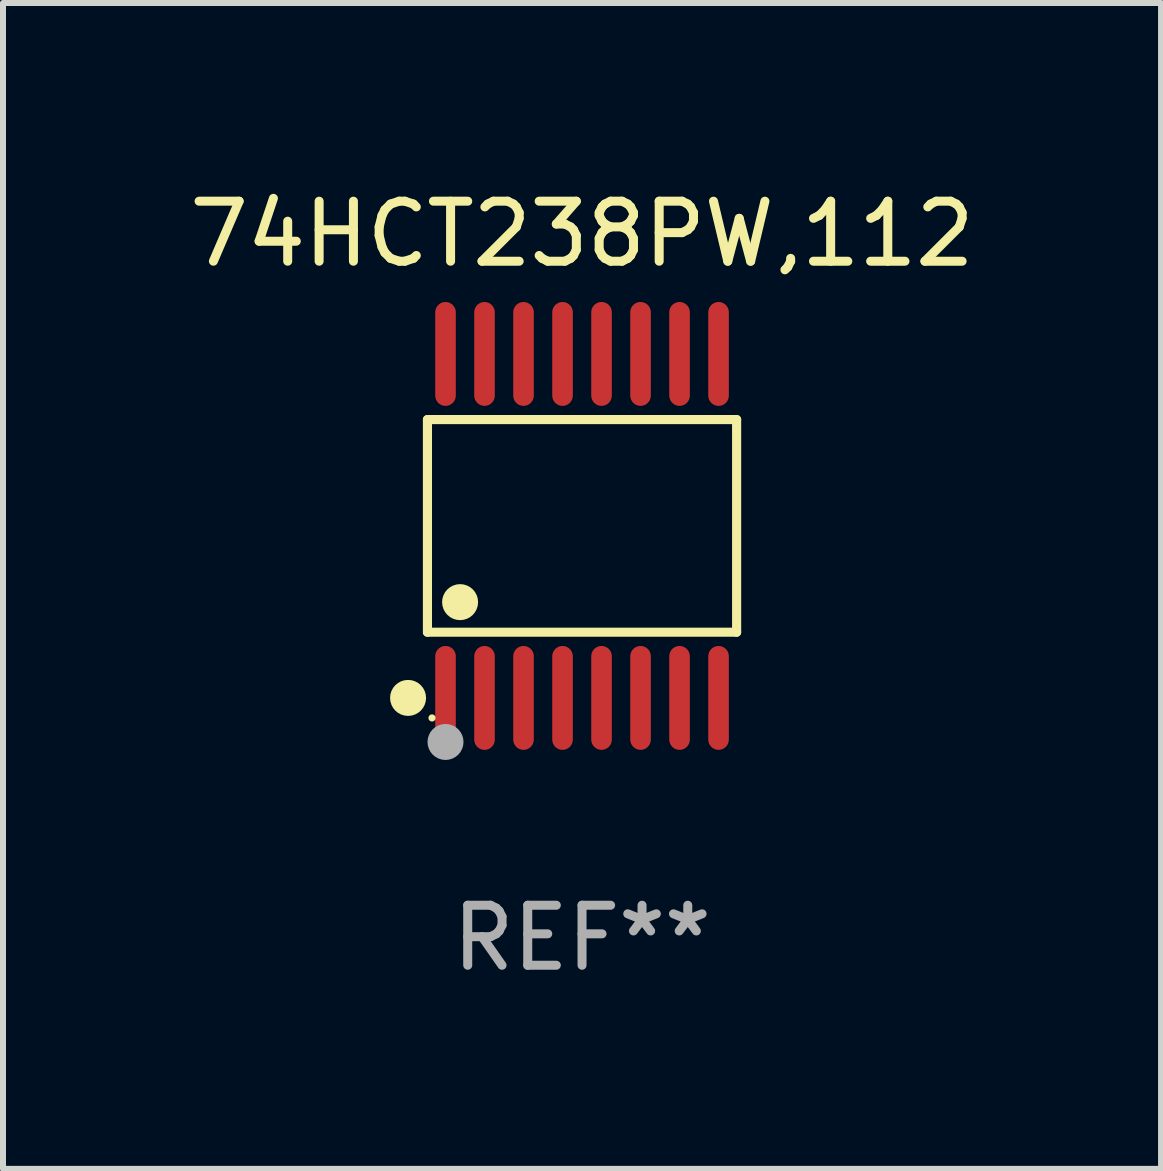
<source format=kicad_pcb>
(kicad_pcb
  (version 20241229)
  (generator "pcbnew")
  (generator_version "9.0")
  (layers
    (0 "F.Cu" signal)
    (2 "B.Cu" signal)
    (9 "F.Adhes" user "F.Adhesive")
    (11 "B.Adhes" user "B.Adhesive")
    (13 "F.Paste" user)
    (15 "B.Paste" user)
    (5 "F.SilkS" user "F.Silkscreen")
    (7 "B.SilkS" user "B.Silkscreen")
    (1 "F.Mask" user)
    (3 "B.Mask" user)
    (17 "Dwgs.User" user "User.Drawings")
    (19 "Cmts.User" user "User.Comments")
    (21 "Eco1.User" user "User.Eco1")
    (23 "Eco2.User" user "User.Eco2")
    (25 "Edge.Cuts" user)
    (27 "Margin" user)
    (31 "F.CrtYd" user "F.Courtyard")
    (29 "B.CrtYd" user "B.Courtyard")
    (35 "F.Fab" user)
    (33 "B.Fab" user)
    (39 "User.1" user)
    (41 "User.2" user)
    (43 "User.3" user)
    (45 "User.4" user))
  (footprint "74HCT238PW,112"
    (layer "F.Cu")
    (at 6.649 5.714)
    (property "Reference" "74HCT238PW,112" (at 0 -4.866 0) (layer "F.SilkS") (effects (font (size 1 1) (thickness 0.15))))
    (attr through_hole)
    (fp_line (start -2.576 -1.772) (end 2.576 -1.772) (stroke (width 0.152) (type solid)) (layer "F.SilkS"))
    (fp_line (start -2.576 1.771) (end -2.576 -1.772) (stroke (width 0.152) (type solid)) (layer "F.SilkS"))
    (fp_line (start 2.576 -1.772) (end 2.576 1.771) (stroke (width 0.152) (type solid)) (layer "F.SilkS"))
    (fp_line (start 2.576 1.771) (end -2.576 1.771) (stroke (width 0.152) (type solid)) (layer "F.SilkS"))
    (fp_circle (center -2.899 2.866) (end -2.749 2.866) (stroke (width 0.3) (type solid)) (fill no) (layer "F.SilkS"))
    (fp_circle (center -2.5 3.2) (end -2.47 3.2) (stroke (width 0.06) (type solid)) (fill no) (layer "F.SilkS"))
    (fp_circle (center -2.032 1.27) (end -1.882 1.27) (stroke (width 0.3) (type solid)) (fill no) (layer "F.SilkS"))
    (fp_circle (center -2.275 3.6) (end -2.125 3.6) (stroke (width 0.3) (type solid)) (fill no) (layer "F.Fab"))
    (fp_text user "REF**" (at 0 6.866 0) (layer "F.Fab") (effects (font (size 1 1) (thickness 0.15))))
    (pad "1" smd oval (at -2.275 2.866) (size 0.343 1.731) (layers "F.Cu" "F.Mask" "F.Paste"))
    (pad "2" smd oval (at -1.625 2.866) (size 0.343 1.731) (layers "F.Cu" "F.Mask" "F.Paste"))
    (pad "3" smd oval (at -0.975 2.866) (size 0.343 1.731) (layers "F.Cu" "F.Mask" "F.Paste"))
    (pad "4" smd oval (at -0.325 2.866) (size 0.343 1.731) (layers "F.Cu" "F.Mask" "F.Paste"))
    (pad "5" smd oval (at 0.325 2.866) (size 0.343 1.731) (layers "F.Cu" "F.Mask" "F.Paste"))
    (pad "6" smd oval (at 0.975 2.866) (size 0.343 1.731) (layers "F.Cu" "F.Mask" "F.Paste"))
    (pad "7" smd oval (at 1.625 2.866) (size 0.343 1.731) (layers "F.Cu" "F.Mask" "F.Paste"))
    (pad "8" smd oval (at 2.275 2.866) (size 0.343 1.731) (layers "F.Cu" "F.Mask" "F.Paste"))
    (pad "9" smd oval (at 2.275 -2.866) (size 0.343 1.731) (layers "F.Cu" "F.Mask" "F.Paste"))
    (pad "10" smd oval (at 1.625 -2.866) (size 0.343 1.731) (layers "F.Cu" "F.Mask" "F.Paste"))
    (pad "11" smd oval (at 0.975 -2.866) (size 0.343 1.731) (layers "F.Cu" "F.Mask" "F.Paste"))
    (pad "12" smd oval (at 0.325 -2.866) (size 0.343 1.731) (layers "F.Cu" "F.Mask" "F.Paste"))
    (pad "13" smd oval (at -0.325 -2.866) (size 0.343 1.731) (layers "F.Cu" "F.Mask" "F.Paste"))
    (pad "14" smd oval (at -0.975 -2.866) (size 0.343 1.731) (layers "F.Cu" "F.Mask" "F.Paste"))
    (pad "15" smd oval (at -1.625 -2.866) (size 0.343 1.731) (layers "F.Cu" "F.Mask" "F.Paste"))
    (pad "16" smd oval (at -2.275 -2.866) (size 0.343 1.731) (layers "F.Cu" "F.Mask" "F.Paste")))
  (gr_rect
    (start -3 -3)
    (end 16.298 16.428)
    (stroke (width 0.1) (type default))
    (fill no)
    (layer "Edge.Cuts")))
</source>
